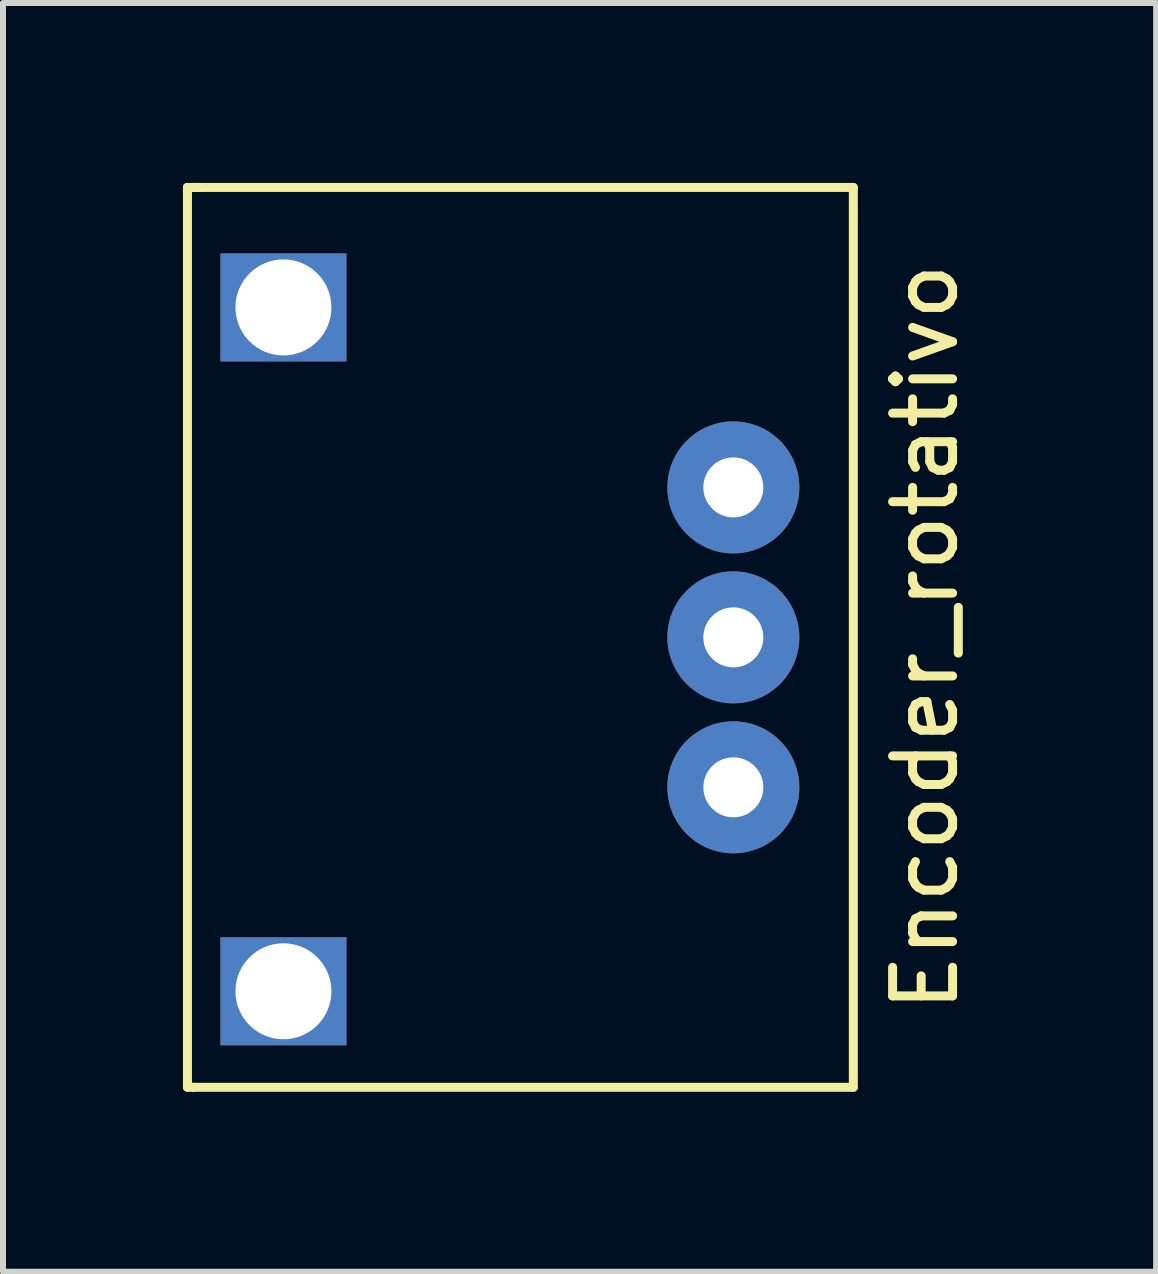
<source format=kicad_pcb>
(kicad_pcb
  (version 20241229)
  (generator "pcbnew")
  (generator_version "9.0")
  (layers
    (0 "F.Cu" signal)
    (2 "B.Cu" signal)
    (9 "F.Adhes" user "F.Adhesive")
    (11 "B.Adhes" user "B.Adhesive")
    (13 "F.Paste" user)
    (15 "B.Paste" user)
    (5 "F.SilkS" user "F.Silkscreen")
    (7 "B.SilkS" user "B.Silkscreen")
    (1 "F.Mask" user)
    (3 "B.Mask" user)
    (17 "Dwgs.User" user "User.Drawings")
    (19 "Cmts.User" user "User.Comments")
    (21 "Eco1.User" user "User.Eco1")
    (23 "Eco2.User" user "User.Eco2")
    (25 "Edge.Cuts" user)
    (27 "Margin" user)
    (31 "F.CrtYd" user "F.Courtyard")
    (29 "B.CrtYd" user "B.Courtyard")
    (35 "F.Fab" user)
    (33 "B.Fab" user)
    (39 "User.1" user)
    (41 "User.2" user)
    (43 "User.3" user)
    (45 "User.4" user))
  (footprint "Encoder_rotativo"
    (layer "F.Cu")
    (at 9.175 7.575)
    (property "Reference" "Encoder_rotativo" (at 3.2 0 270) (layer "F.SilkS") (effects (font (size 1 1) (thickness 0.15))))
    (attr through_hole)
    (fp_line (start -9.1 -7.5) (end -9.1 7.5) (stroke (width 0.15) (type solid)) (layer "F.SilkS"))
    (fp_line (start -9.1 -7.4) (end -9.1 -7.5) (stroke (width 0.15) (type solid)) (layer "F.SilkS"))
    (fp_line (start -9.1 7.5) (end -9 7.5) (stroke (width 0.15) (type solid)) (layer "F.SilkS"))
    (fp_line (start -9 -7.5) (end 2 -7.5) (stroke (width 0.15) (type solid)) (layer "F.SilkS"))
    (fp_line (start -8.9 -7.5) (end -9.1 -7.5) (stroke (width 0.15) (type solid)) (layer "F.SilkS"))
    (fp_line (start 2 -7.5) (end 2 7.5) (stroke (width 0.15) (type solid)) (layer "F.SilkS"))
    (fp_line (start 2 7.5) (end -9 7.5) (stroke (width 0.15) (type solid)) (layer "F.SilkS"))
    (pad "1" thru_hole circle (at 0 -2.5) (size 2.2 2.2) (drill 1) (layers "*.Cu" "*.Mask"))
    (pad "2" thru_hole circle (at 0 0) (size 2.2 2.2) (drill 1) (layers "*.Cu" "*.Mask"))
    (pad "3" thru_hole circle (at 0 2.5) (size 2.2 2.2) (drill 1) (layers "*.Cu" "*.Mask"))
    (pad "4" thru_hole rect (at -7.5 -5.5) (size 2.1 1.8) (drill 1.6) (layers "*.Cu" "*.Mask"))
    (pad "4" thru_hole rect (at -7.5 5.9) (size 2.1 1.8) (drill 1.6) (layers "*.Cu" "*.Mask")))
  (gr_rect
    (start -3 -3)
    (end 16.223 18.15)
    (stroke (width 0.1) (type default))
    (fill no)
    (layer "Edge.Cuts")))
</source>
